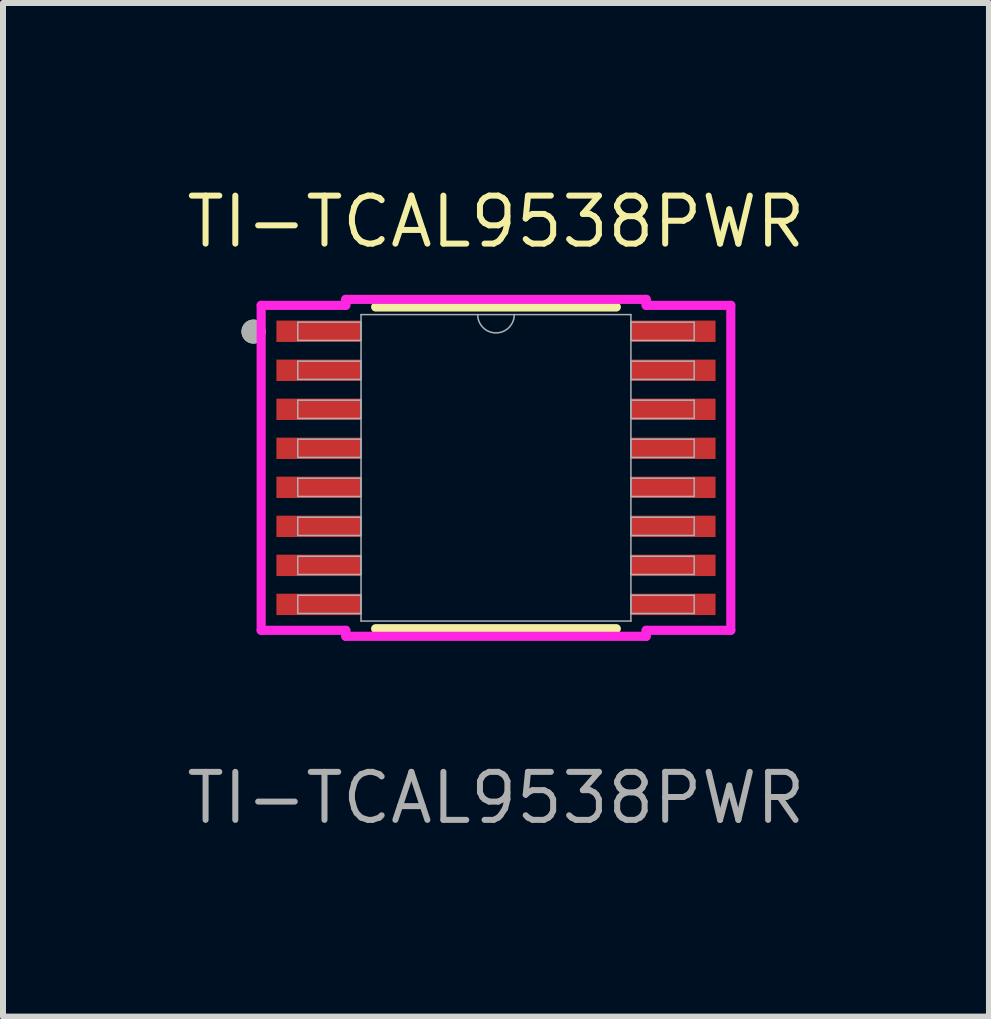
<source format=kicad_pcb>
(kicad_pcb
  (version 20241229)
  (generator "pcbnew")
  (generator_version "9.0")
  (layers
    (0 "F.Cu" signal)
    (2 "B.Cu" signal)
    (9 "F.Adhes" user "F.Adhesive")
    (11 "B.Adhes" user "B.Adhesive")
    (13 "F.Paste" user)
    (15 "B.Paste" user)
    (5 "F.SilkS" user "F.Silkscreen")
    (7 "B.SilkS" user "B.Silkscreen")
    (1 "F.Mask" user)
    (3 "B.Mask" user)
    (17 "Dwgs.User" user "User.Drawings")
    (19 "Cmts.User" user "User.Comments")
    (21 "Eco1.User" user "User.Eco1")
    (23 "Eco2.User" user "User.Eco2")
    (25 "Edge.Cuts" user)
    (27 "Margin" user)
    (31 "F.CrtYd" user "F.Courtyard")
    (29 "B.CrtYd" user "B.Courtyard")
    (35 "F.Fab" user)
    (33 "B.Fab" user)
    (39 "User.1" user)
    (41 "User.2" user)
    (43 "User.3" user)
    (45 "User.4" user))
  (footprint "TI-TCAL9538PWR"
    (layer "F.Cu")
    (at 5.213 4.744)
    (property "Reference" "TI-TCAL9538PWR" (at 0 -4.1 0) (unlocked yes) (layer "F.SilkS") (effects (font (size 0.8 0.8) (thickness 0.1))))
    (attr smd)
    (fp_line (start -2.005 2.68) (end 2.005 2.68) (stroke (width 0.152) (type solid)) (layer "F.SilkS"))
    (fp_line (start 2.005 -2.68) (end -2.005 -2.68) (stroke (width 0.152) (type solid)) (layer "F.SilkS"))
    (fp_circle (center -4.04 -2.27) (end -3.94 -2.27) (stroke (width 0.2) (type solid)) (fill no) (layer "F.SilkS"))
    (fp_line (start -3.912 -2.707) (end -2.502 -2.707) (stroke (width 0.152) (type solid)) (layer "F.CrtYd"))
    (fp_line (start -3.912 2.707) (end -3.912 -2.707) (stroke (width 0.152) (type solid)) (layer "F.CrtYd"))
    (fp_line (start -3.912 2.707) (end -2.502 2.707) (stroke (width 0.152) (type solid)) (layer "F.CrtYd"))
    (fp_line (start -2.502 -2.807) (end 2.502 -2.807) (stroke (width 0.152) (type solid)) (layer "F.CrtYd"))
    (fp_line (start -2.502 -2.707) (end -2.502 -2.807) (stroke (width 0.152) (type solid)) (layer "F.CrtYd"))
    (fp_line (start -2.502 2.807) (end -2.502 2.707) (stroke (width 0.152) (type solid)) (layer "F.CrtYd"))
    (fp_line (start 2.502 -2.807) (end 2.502 -2.707) (stroke (width 0.152) (type solid)) (layer "F.CrtYd"))
    (fp_line (start 2.502 2.707) (end 2.502 2.807) (stroke (width 0.152) (type solid)) (layer "F.CrtYd"))
    (fp_line (start 2.502 2.807) (end -2.502 2.807) (stroke (width 0.152) (type solid)) (layer "F.CrtYd"))
    (fp_line (start 3.912 -2.707) (end 2.502 -2.707) (stroke (width 0.152) (type solid)) (layer "F.CrtYd"))
    (fp_line (start 3.912 -2.707) (end 3.912 2.707) (stroke (width 0.152) (type solid)) (layer "F.CrtYd"))
    (fp_line (start 3.912 2.707) (end 2.502 2.707) (stroke (width 0.152) (type solid)) (layer "F.CrtYd"))
    (fp_line (start -3.302 -2.427) (end -3.302 -2.123) (stroke (width 0.025) (type solid)) (layer "F.Fab"))
    (fp_line (start -3.302 -2.123) (end -2.248 -2.123) (stroke (width 0.025) (type solid)) (layer "F.Fab"))
    (fp_line (start -3.302 -1.777) (end -3.302 -1.473) (stroke (width 0.025) (type solid)) (layer "F.Fab"))
    (fp_line (start -3.302 -1.473) (end -2.248 -1.473) (stroke (width 0.025) (type solid)) (layer "F.Fab"))
    (fp_line (start -3.302 -1.127) (end -3.302 -0.823) (stroke (width 0.025) (type solid)) (layer "F.Fab"))
    (fp_line (start -3.302 -0.823) (end -2.248 -0.823) (stroke (width 0.025) (type solid)) (layer "F.Fab"))
    (fp_line (start -3.302 -0.477) (end -3.302 -0.173) (stroke (width 0.025) (type solid)) (layer "F.Fab"))
    (fp_line (start -3.302 -0.173) (end -2.248 -0.173) (stroke (width 0.025) (type solid)) (layer "F.Fab"))
    (fp_line (start -3.302 0.173) (end -3.302 0.477) (stroke (width 0.025) (type solid)) (layer "F.Fab"))
    (fp_line (start -3.302 0.477) (end -2.248 0.477) (stroke (width 0.025) (type solid)) (layer "F.Fab"))
    (fp_line (start -3.302 0.823) (end -3.302 1.127) (stroke (width 0.025) (type solid)) (layer "F.Fab"))
    (fp_line (start -3.302 1.127) (end -2.248 1.127) (stroke (width 0.025) (type solid)) (layer "F.Fab"))
    (fp_line (start -3.302 1.473) (end -3.302 1.777) (stroke (width 0.025) (type solid)) (layer "F.Fab"))
    (fp_line (start -3.302 1.777) (end -2.248 1.777) (stroke (width 0.025) (type solid)) (layer "F.Fab"))
    (fp_line (start -3.302 2.123) (end -3.302 2.427) (stroke (width 0.025) (type solid)) (layer "F.Fab"))
    (fp_line (start -3.302 2.427) (end -2.248 2.427) (stroke (width 0.025) (type solid)) (layer "F.Fab"))
    (fp_line (start -2.248 -2.553) (end -2.248 2.553) (stroke (width 0.025) (type solid)) (layer "F.Fab"))
    (fp_line (start -2.248 -2.427) (end -3.302 -2.427) (stroke (width 0.025) (type solid)) (layer "F.Fab"))
    (fp_line (start -2.248 -2.123) (end -2.248 -2.427) (stroke (width 0.025) (type solid)) (layer "F.Fab"))
    (fp_line (start -2.248 -1.777) (end -3.302 -1.777) (stroke (width 0.025) (type solid)) (layer "F.Fab"))
    (fp_line (start -2.248 -1.473) (end -2.248 -1.777) (stroke (width 0.025) (type solid)) (layer "F.Fab"))
    (fp_line (start -2.248 -1.127) (end -3.302 -1.127) (stroke (width 0.025) (type solid)) (layer "F.Fab"))
    (fp_line (start -2.248 -0.823) (end -2.248 -1.127) (stroke (width 0.025) (type solid)) (layer "F.Fab"))
    (fp_line (start -2.248 -0.477) (end -3.302 -0.477) (stroke (width 0.025) (type solid)) (layer "F.Fab"))
    (fp_line (start -2.248 -0.173) (end -2.248 -0.477) (stroke (width 0.025) (type solid)) (layer "F.Fab"))
    (fp_line (start -2.248 0.173) (end -3.302 0.173) (stroke (width 0.025) (type solid)) (layer "F.Fab"))
    (fp_line (start -2.248 0.477) (end -2.248 0.173) (stroke (width 0.025) (type solid)) (layer "F.Fab"))
    (fp_line (start -2.248 0.823) (end -3.302 0.823) (stroke (width 0.025) (type solid)) (layer "F.Fab"))
    (fp_line (start -2.248 1.127) (end -2.248 0.823) (stroke (width 0.025) (type solid)) (layer "F.Fab"))
    (fp_line (start -2.248 1.473) (end -3.302 1.473) (stroke (width 0.025) (type solid)) (layer "F.Fab"))
    (fp_line (start -2.248 1.777) (end -2.248 1.473) (stroke (width 0.025) (type solid)) (layer "F.Fab"))
    (fp_line (start -2.248 2.123) (end -3.302 2.123) (stroke (width 0.025) (type solid)) (layer "F.Fab"))
    (fp_line (start -2.248 2.427) (end -2.248 2.123) (stroke (width 0.025) (type solid)) (layer "F.Fab"))
    (fp_line (start -2.248 2.553) (end 2.248 2.553) (stroke (width 0.025) (type solid)) (layer "F.Fab"))
    (fp_line (start 2.248 -2.553) (end -2.248 -2.553) (stroke (width 0.025) (type solid)) (layer "F.Fab"))
    (fp_line (start 2.248 -2.427) (end 2.248 -2.123) (stroke (width 0.025) (type solid)) (layer "F.Fab"))
    (fp_line (start 2.248 -2.123) (end 3.302 -2.123) (stroke (width 0.025) (type solid)) (layer "F.Fab"))
    (fp_line (start 2.248 -1.777) (end 2.248 -1.473) (stroke (width 0.025) (type solid)) (layer "F.Fab"))
    (fp_line (start 2.248 -1.473) (end 3.302 -1.473) (stroke (width 0.025) (type solid)) (layer "F.Fab"))
    (fp_line (start 2.248 -1.127) (end 2.248 -0.823) (stroke (width 0.025) (type solid)) (layer "F.Fab"))
    (fp_line (start 2.248 -0.823) (end 3.302 -0.823) (stroke (width 0.025) (type solid)) (layer "F.Fab"))
    (fp_line (start 2.248 -0.477) (end 2.248 -0.173) (stroke (width 0.025) (type solid)) (layer "F.Fab"))
    (fp_line (start 2.248 -0.173) (end 3.302 -0.173) (stroke (width 0.025) (type solid)) (layer "F.Fab"))
    (fp_line (start 2.248 0.173) (end 2.248 0.477) (stroke (width 0.025) (type solid)) (layer "F.Fab"))
    (fp_line (start 2.248 0.477) (end 3.302 0.477) (stroke (width 0.025) (type solid)) (layer "F.Fab"))
    (fp_line (start 2.248 0.823) (end 2.248 1.127) (stroke (width 0.025) (type solid)) (layer "F.Fab"))
    (fp_line (start 2.248 1.127) (end 3.302 1.127) (stroke (width 0.025) (type solid)) (layer "F.Fab"))
    (fp_line (start 2.248 1.473) (end 2.248 1.777) (stroke (width 0.025) (type solid)) (layer "F.Fab"))
    (fp_line (start 2.248 1.777) (end 3.302 1.777) (stroke (width 0.025) (type solid)) (layer "F.Fab"))
    (fp_line (start 2.248 2.123) (end 2.248 2.427) (stroke (width 0.025) (type solid)) (layer "F.Fab"))
    (fp_line (start 2.248 2.427) (end 3.302 2.427) (stroke (width 0.025) (type solid)) (layer "F.Fab"))
    (fp_line (start 2.248 2.553) (end 2.248 -2.553) (stroke (width 0.025) (type solid)) (layer "F.Fab"))
    (fp_line (start 3.302 -2.427) (end 2.248 -2.427) (stroke (width 0.025) (type solid)) (layer "F.Fab"))
    (fp_line (start 3.302 -2.123) (end 3.302 -2.427) (stroke (width 0.025) (type solid)) (layer "F.Fab"))
    (fp_line (start 3.302 -1.777) (end 2.248 -1.777) (stroke (width 0.025) (type solid)) (layer "F.Fab"))
    (fp_line (start 3.302 -1.473) (end 3.302 -1.777) (stroke (width 0.025) (type solid)) (layer "F.Fab"))
    (fp_line (start 3.302 -1.127) (end 2.248 -1.127) (stroke (width 0.025) (type solid)) (layer "F.Fab"))
    (fp_line (start 3.302 -0.823) (end 3.302 -1.127) (stroke (width 0.025) (type solid)) (layer "F.Fab"))
    (fp_line (start 3.302 -0.477) (end 2.248 -0.477) (stroke (width 0.025) (type solid)) (layer "F.Fab"))
    (fp_line (start 3.302 -0.173) (end 3.302 -0.477) (stroke (width 0.025) (type solid)) (layer "F.Fab"))
    (fp_line (start 3.302 0.173) (end 2.248 0.173) (stroke (width 0.025) (type solid)) (layer "F.Fab"))
    (fp_line (start 3.302 0.477) (end 3.302 0.173) (stroke (width 0.025) (type solid)) (layer "F.Fab"))
    (fp_line (start 3.302 0.823) (end 2.248 0.823) (stroke (width 0.025) (type solid)) (layer "F.Fab"))
    (fp_line (start 3.302 1.127) (end 3.302 0.823) (stroke (width 0.025) (type solid)) (layer "F.Fab"))
    (fp_line (start 3.302 1.473) (end 2.248 1.473) (stroke (width 0.025) (type solid)) (layer "F.Fab"))
    (fp_line (start 3.302 1.777) (end 3.302 1.473) (stroke (width 0.025) (type solid)) (layer "F.Fab"))
    (fp_line (start 3.302 2.123) (end 2.248 2.123) (stroke (width 0.025) (type solid)) (layer "F.Fab"))
    (fp_line (start 3.302 2.427) (end 3.302 2.123) (stroke (width 0.025) (type solid)) (layer "F.Fab"))
    (fp_arc (start 0.3048 -2.5527) (mid 0 -2.2479) (end -0.3048 -2.5527) (stroke (width 0.0254) (type solid)) (layer "F.Fab"))
    (fp_circle (center -4.04 -2.27) (end -3.94 -2.27) (stroke (width 0.2) (type solid)) (fill no) (layer "F.Fab"))
    (fp_text user "${REFERENCE}" (at 0 5.5 0) (unlocked yes) (layer "F.Fab") (effects (font (size 0.8 0.8) (thickness 0.1))))
    (pad "1" smd rect (at -2.953 -2.275) (size 1.41 0.356) (layers "F.Cu" "F.Mask" "F.Paste"))
    (pad "2" smd rect (at -2.953 -1.625) (size 1.41 0.356) (layers "F.Cu" "F.Mask" "F.Paste"))
    (pad "3" smd rect (at -2.953 -0.975) (size 1.41 0.356) (layers "F.Cu" "F.Mask" "F.Paste"))
    (pad "4" smd rect (at -2.953 -0.325) (size 1.41 0.356) (layers "F.Cu" "F.Mask" "F.Paste"))
    (pad "5" smd rect (at -2.953 0.325) (size 1.41 0.356) (layers "F.Cu" "F.Mask" "F.Paste"))
    (pad "6" smd rect (at -2.953 0.975) (size 1.41 0.356) (layers "F.Cu" "F.Mask" "F.Paste"))
    (pad "7" smd rect (at -2.953 1.625) (size 1.41 0.356) (layers "F.Cu" "F.Mask" "F.Paste"))
    (pad "8" smd rect (at -2.953 2.275) (size 1.41 0.356) (layers "F.Cu" "F.Mask" "F.Paste"))
    (pad "9" smd rect (at 2.953 2.275) (size 1.41 0.356) (layers "F.Cu" "F.Mask" "F.Paste"))
    (pad "10" smd rect (at 2.953 1.625) (size 1.41 0.356) (layers "F.Cu" "F.Mask" "F.Paste"))
    (pad "11" smd rect (at 2.953 0.975) (size 1.41 0.356) (layers "F.Cu" "F.Mask" "F.Paste"))
    (pad "12" smd rect (at 2.953 0.325) (size 1.41 0.356) (layers "F.Cu" "F.Mask" "F.Paste"))
    (pad "13" smd rect (at 2.953 -0.325) (size 1.41 0.356) (layers "F.Cu" "F.Mask" "F.Paste"))
    (pad "14" smd rect (at 2.953 -0.975) (size 1.41 0.356) (layers "F.Cu" "F.Mask" "F.Paste"))
    (pad "15" smd rect (at 2.953 -1.625) (size 1.41 0.356) (layers "F.Cu" "F.Mask" "F.Paste"))
    (pad "16" smd rect (at 2.953 -2.275) (size 1.41 0.356) (layers "F.Cu" "F.Mask" "F.Paste")))
  (gr_rect
    (start -3 -3)
    (end 13.426 13.887)
    (stroke (width 0.1) (type default))
    (fill no)
    (layer "Edge.Cuts")))
</source>
